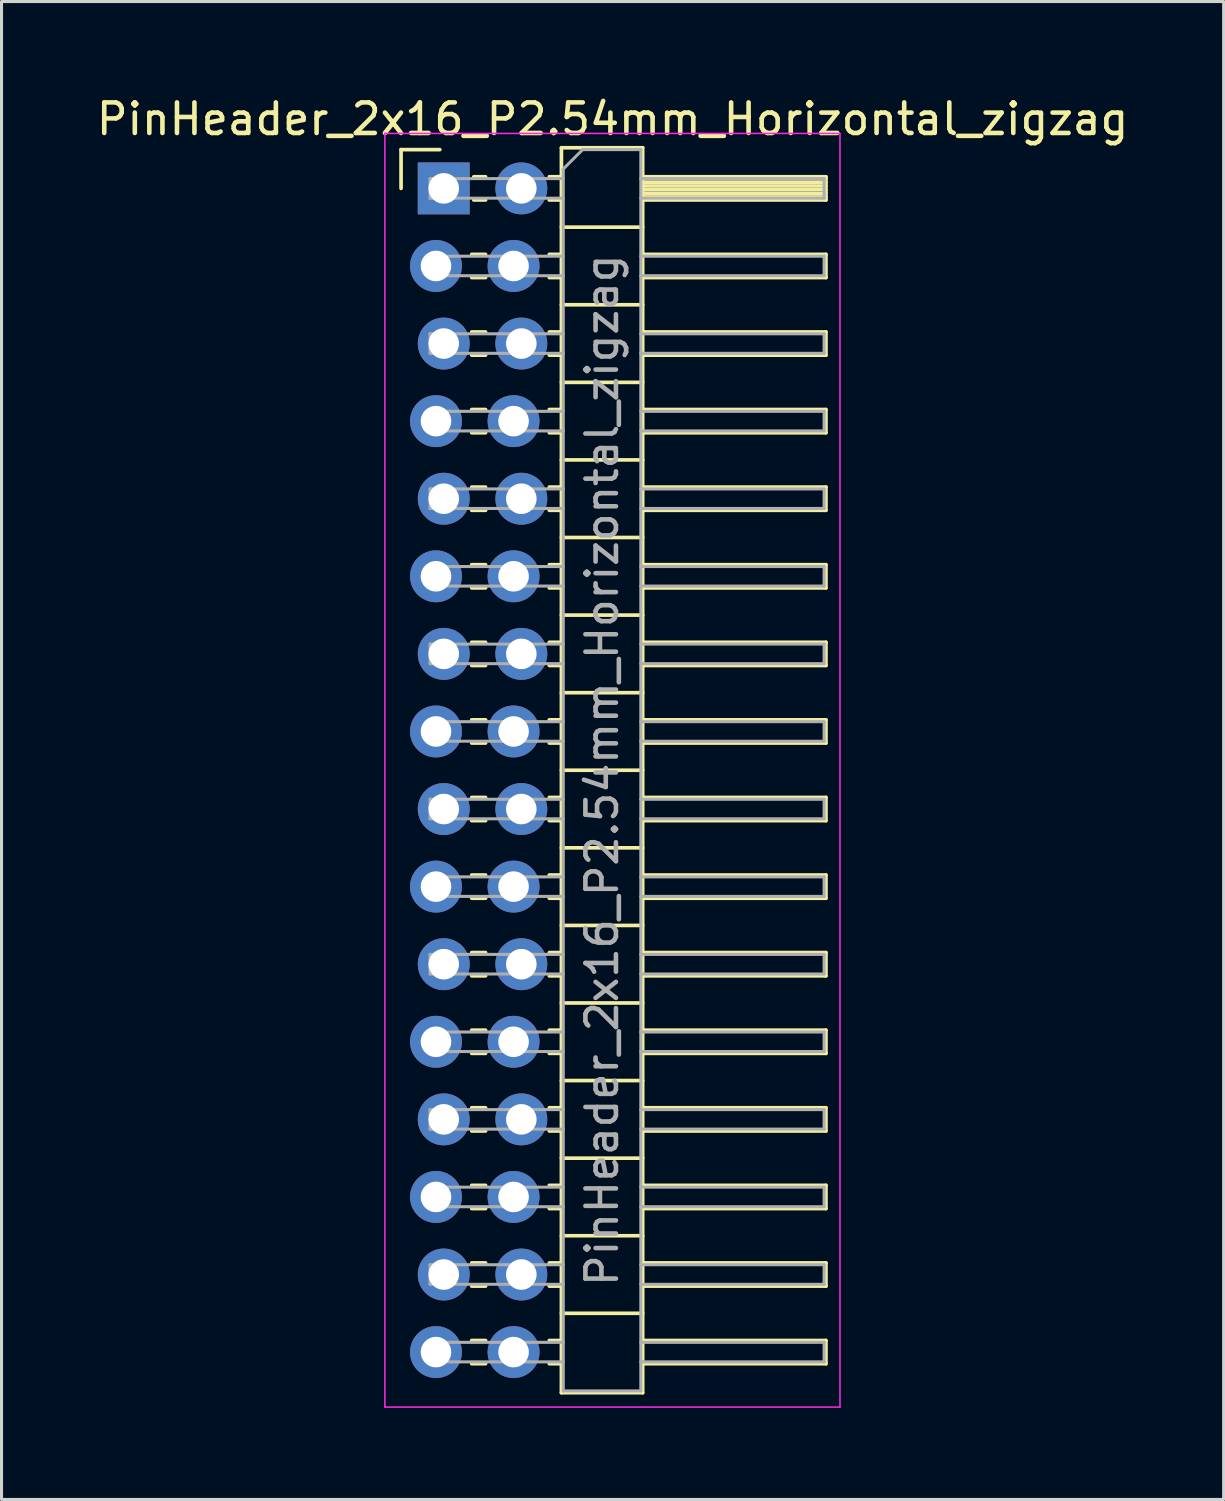
<source format=kicad_pcb>
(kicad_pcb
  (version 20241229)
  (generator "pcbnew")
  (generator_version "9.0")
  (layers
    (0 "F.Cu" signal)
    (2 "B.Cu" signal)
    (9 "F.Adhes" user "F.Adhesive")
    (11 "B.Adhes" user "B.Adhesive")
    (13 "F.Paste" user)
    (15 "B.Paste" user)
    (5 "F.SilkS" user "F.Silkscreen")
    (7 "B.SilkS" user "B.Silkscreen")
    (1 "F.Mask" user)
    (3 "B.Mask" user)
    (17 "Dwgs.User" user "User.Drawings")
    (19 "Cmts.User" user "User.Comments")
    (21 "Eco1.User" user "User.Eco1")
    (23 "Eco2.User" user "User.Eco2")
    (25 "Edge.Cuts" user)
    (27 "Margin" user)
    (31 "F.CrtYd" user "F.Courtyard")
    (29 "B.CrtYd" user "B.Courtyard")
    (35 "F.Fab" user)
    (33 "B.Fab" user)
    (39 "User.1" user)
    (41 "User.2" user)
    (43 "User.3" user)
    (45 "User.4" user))
  (footprint "PinHeader_2x16_P2.54mm_Horizontal_zigzag"
    (layer "F.Cu")
    (at 11.351 3.118)
    (property "Reference" "PinHeader_2x16_P2.54mm_Horizontal_zigzag" (at 5.655 -2.27 0) (layer "F.SilkS") (effects (font (size 1 1) (thickness 0.15))))
    (attr through_hole)
    (fp_line (start -1.27 -1.27) (end 0 -1.27) (stroke (width 0.12) (type solid)) (layer "F.SilkS"))
    (fp_line (start -1.27 0) (end -1.27 -1.27) (stroke (width 0.12) (type solid)) (layer "F.SilkS"))
    (fp_line (start 1.043 2.16) (end 1.497 2.16) (stroke (width 0.12) (type solid)) (layer "F.SilkS"))
    (fp_line (start 1.043 2.92) (end 1.497 2.92) (stroke (width 0.12) (type solid)) (layer "F.SilkS"))
    (fp_line (start 1.043 4.7) (end 1.497 4.7) (stroke (width 0.12) (type solid)) (layer "F.SilkS"))
    (fp_line (start 1.043 5.46) (end 1.497 5.46) (stroke (width 0.12) (type solid)) (layer "F.SilkS"))
    (fp_line (start 1.043 7.24) (end 1.497 7.24) (stroke (width 0.12) (type solid)) (layer "F.SilkS"))
    (fp_line (start 1.043 8) (end 1.497 8) (stroke (width 0.12) (type solid)) (layer "F.SilkS"))
    (fp_line (start 1.043 9.78) (end 1.497 9.78) (stroke (width 0.12) (type solid)) (layer "F.SilkS"))
    (fp_line (start 1.043 10.54) (end 1.497 10.54) (stroke (width 0.12) (type solid)) (layer "F.SilkS"))
    (fp_line (start 1.043 12.32) (end 1.497 12.32) (stroke (width 0.12) (type solid)) (layer "F.SilkS"))
    (fp_line (start 1.043 13.08) (end 1.497 13.08) (stroke (width 0.12) (type solid)) (layer "F.SilkS"))
    (fp_line (start 1.043 14.86) (end 1.497 14.86) (stroke (width 0.12) (type solid)) (layer "F.SilkS"))
    (fp_line (start 1.043 15.62) (end 1.497 15.62) (stroke (width 0.12) (type solid)) (layer "F.SilkS"))
    (fp_line (start 1.043 17.4) (end 1.497 17.4) (stroke (width 0.12) (type solid)) (layer "F.SilkS"))
    (fp_line (start 1.043 18.16) (end 1.497 18.16) (stroke (width 0.12) (type solid)) (layer "F.SilkS"))
    (fp_line (start 1.043 19.94) (end 1.497 19.94) (stroke (width 0.12) (type solid)) (layer "F.SilkS"))
    (fp_line (start 1.043 20.7) (end 1.497 20.7) (stroke (width 0.12) (type solid)) (layer "F.SilkS"))
    (fp_line (start 1.043 22.48) (end 1.497 22.48) (stroke (width 0.12) (type solid)) (layer "F.SilkS"))
    (fp_line (start 1.043 23.24) (end 1.497 23.24) (stroke (width 0.12) (type solid)) (layer "F.SilkS"))
    (fp_line (start 1.043 25.02) (end 1.497 25.02) (stroke (width 0.12) (type solid)) (layer "F.SilkS"))
    (fp_line (start 1.043 25.78) (end 1.497 25.78) (stroke (width 0.12) (type solid)) (layer "F.SilkS"))
    (fp_line (start 1.043 27.56) (end 1.497 27.56) (stroke (width 0.12) (type solid)) (layer "F.SilkS"))
    (fp_line (start 1.043 28.32) (end 1.497 28.32) (stroke (width 0.12) (type solid)) (layer "F.SilkS"))
    (fp_line (start 1.043 30.1) (end 1.497 30.1) (stroke (width 0.12) (type solid)) (layer "F.SilkS"))
    (fp_line (start 1.043 30.86) (end 1.497 30.86) (stroke (width 0.12) (type solid)) (layer "F.SilkS"))
    (fp_line (start 1.043 32.64) (end 1.497 32.64) (stroke (width 0.12) (type solid)) (layer "F.SilkS"))
    (fp_line (start 1.043 33.4) (end 1.497 33.4) (stroke (width 0.12) (type solid)) (layer "F.SilkS"))
    (fp_line (start 1.043 35.18) (end 1.497 35.18) (stroke (width 0.12) (type solid)) (layer "F.SilkS"))
    (fp_line (start 1.043 35.94) (end 1.497 35.94) (stroke (width 0.12) (type solid)) (layer "F.SilkS"))
    (fp_line (start 1.043 37.72) (end 1.497 37.72) (stroke (width 0.12) (type solid)) (layer "F.SilkS"))
    (fp_line (start 1.043 38.48) (end 1.497 38.48) (stroke (width 0.12) (type solid)) (layer "F.SilkS"))
    (fp_line (start 1.11 -0.38) (end 1.497 -0.38) (stroke (width 0.12) (type solid)) (layer "F.SilkS"))
    (fp_line (start 1.11 0.38) (end 1.497 0.38) (stroke (width 0.12) (type solid)) (layer "F.SilkS"))
    (fp_line (start 3.583 -0.38) (end 3.98 -0.38) (stroke (width 0.12) (type solid)) (layer "F.SilkS"))
    (fp_line (start 3.583 0.38) (end 3.98 0.38) (stroke (width 0.12) (type solid)) (layer "F.SilkS"))
    (fp_line (start 3.583 2.16) (end 3.98 2.16) (stroke (width 0.12) (type solid)) (layer "F.SilkS"))
    (fp_line (start 3.583 2.92) (end 3.98 2.92) (stroke (width 0.12) (type solid)) (layer "F.SilkS"))
    (fp_line (start 3.583 4.7) (end 3.98 4.7) (stroke (width 0.12) (type solid)) (layer "F.SilkS"))
    (fp_line (start 3.583 5.46) (end 3.98 5.46) (stroke (width 0.12) (type solid)) (layer "F.SilkS"))
    (fp_line (start 3.583 7.24) (end 3.98 7.24) (stroke (width 0.12) (type solid)) (layer "F.SilkS"))
    (fp_line (start 3.583 8) (end 3.98 8) (stroke (width 0.12) (type solid)) (layer "F.SilkS"))
    (fp_line (start 3.583 9.78) (end 3.98 9.78) (stroke (width 0.12) (type solid)) (layer "F.SilkS"))
    (fp_line (start 3.583 10.54) (end 3.98 10.54) (stroke (width 0.12) (type solid)) (layer "F.SilkS"))
    (fp_line (start 3.583 12.32) (end 3.98 12.32) (stroke (width 0.12) (type solid)) (layer "F.SilkS"))
    (fp_line (start 3.583 13.08) (end 3.98 13.08) (stroke (width 0.12) (type solid)) (layer "F.SilkS"))
    (fp_line (start 3.583 14.86) (end 3.98 14.86) (stroke (width 0.12) (type solid)) (layer "F.SilkS"))
    (fp_line (start 3.583 15.62) (end 3.98 15.62) (stroke (width 0.12) (type solid)) (layer "F.SilkS"))
    (fp_line (start 3.583 17.4) (end 3.98 17.4) (stroke (width 0.12) (type solid)) (layer "F.SilkS"))
    (fp_line (start 3.583 18.16) (end 3.98 18.16) (stroke (width 0.12) (type solid)) (layer "F.SilkS"))
    (fp_line (start 3.583 19.94) (end 3.98 19.94) (stroke (width 0.12) (type solid)) (layer "F.SilkS"))
    (fp_line (start 3.583 20.7) (end 3.98 20.7) (stroke (width 0.12) (type solid)) (layer "F.SilkS"))
    (fp_line (start 3.583 22.48) (end 3.98 22.48) (stroke (width 0.12) (type solid)) (layer "F.SilkS"))
    (fp_line (start 3.583 23.24) (end 3.98 23.24) (stroke (width 0.12) (type solid)) (layer "F.SilkS"))
    (fp_line (start 3.583 25.02) (end 3.98 25.02) (stroke (width 0.12) (type solid)) (layer "F.SilkS"))
    (fp_line (start 3.583 25.78) (end 3.98 25.78) (stroke (width 0.12) (type solid)) (layer "F.SilkS"))
    (fp_line (start 3.583 27.56) (end 3.98 27.56) (stroke (width 0.12) (type solid)) (layer "F.SilkS"))
    (fp_line (start 3.583 28.32) (end 3.98 28.32) (stroke (width 0.12) (type solid)) (layer "F.SilkS"))
    (fp_line (start 3.583 30.1) (end 3.98 30.1) (stroke (width 0.12) (type solid)) (layer "F.SilkS"))
    (fp_line (start 3.583 30.86) (end 3.98 30.86) (stroke (width 0.12) (type solid)) (layer "F.SilkS"))
    (fp_line (start 3.583 32.64) (end 3.98 32.64) (stroke (width 0.12) (type solid)) (layer "F.SilkS"))
    (fp_line (start 3.583 33.4) (end 3.98 33.4) (stroke (width 0.12) (type solid)) (layer "F.SilkS"))
    (fp_line (start 3.583 35.18) (end 3.98 35.18) (stroke (width 0.12) (type solid)) (layer "F.SilkS"))
    (fp_line (start 3.583 35.94) (end 3.98 35.94) (stroke (width 0.12) (type solid)) (layer "F.SilkS"))
    (fp_line (start 3.583 37.72) (end 3.98 37.72) (stroke (width 0.12) (type solid)) (layer "F.SilkS"))
    (fp_line (start 3.583 38.48) (end 3.98 38.48) (stroke (width 0.12) (type solid)) (layer "F.SilkS"))
    (fp_line (start 3.98 -1.33) (end 3.98 39.43) (stroke (width 0.12) (type solid)) (layer "F.SilkS"))
    (fp_line (start 3.98 1.27) (end 6.64 1.27) (stroke (width 0.12) (type solid)) (layer "F.SilkS"))
    (fp_line (start 3.98 3.81) (end 6.64 3.81) (stroke (width 0.12) (type solid)) (layer "F.SilkS"))
    (fp_line (start 3.98 6.35) (end 6.64 6.35) (stroke (width 0.12) (type solid)) (layer "F.SilkS"))
    (fp_line (start 3.98 8.89) (end 6.64 8.89) (stroke (width 0.12) (type solid)) (layer "F.SilkS"))
    (fp_line (start 3.98 11.43) (end 6.64 11.43) (stroke (width 0.12) (type solid)) (layer "F.SilkS"))
    (fp_line (start 3.98 13.97) (end 6.64 13.97) (stroke (width 0.12) (type solid)) (layer "F.SilkS"))
    (fp_line (start 3.98 16.51) (end 6.64 16.51) (stroke (width 0.12) (type solid)) (layer "F.SilkS"))
    (fp_line (start 3.98 19.05) (end 6.64 19.05) (stroke (width 0.12) (type solid)) (layer "F.SilkS"))
    (fp_line (start 3.98 21.59) (end 6.64 21.59) (stroke (width 0.12) (type solid)) (layer "F.SilkS"))
    (fp_line (start 3.98 24.13) (end 6.64 24.13) (stroke (width 0.12) (type solid)) (layer "F.SilkS"))
    (fp_line (start 3.98 26.67) (end 6.64 26.67) (stroke (width 0.12) (type solid)) (layer "F.SilkS"))
    (fp_line (start 3.98 29.21) (end 6.64 29.21) (stroke (width 0.12) (type solid)) (layer "F.SilkS"))
    (fp_line (start 3.98 31.75) (end 6.64 31.75) (stroke (width 0.12) (type solid)) (layer "F.SilkS"))
    (fp_line (start 3.98 34.29) (end 6.64 34.29) (stroke (width 0.12) (type solid)) (layer "F.SilkS"))
    (fp_line (start 3.98 36.83) (end 6.64 36.83) (stroke (width 0.12) (type solid)) (layer "F.SilkS"))
    (fp_line (start 3.98 39.43) (end 6.64 39.43) (stroke (width 0.12) (type solid)) (layer "F.SilkS"))
    (fp_line (start 6.64 -1.33) (end 3.98 -1.33) (stroke (width 0.12) (type solid)) (layer "F.SilkS"))
    (fp_line (start 6.64 -0.38) (end 12.64 -0.38) (stroke (width 0.12) (type solid)) (layer "F.SilkS"))
    (fp_line (start 6.64 -0.32) (end 12.64 -0.32) (stroke (width 0.12) (type solid)) (layer "F.SilkS"))
    (fp_line (start 6.64 -0.2) (end 12.64 -0.2) (stroke (width 0.12) (type solid)) (layer "F.SilkS"))
    (fp_line (start 6.64 -0.08) (end 12.64 -0.08) (stroke (width 0.12) (type solid)) (layer "F.SilkS"))
    (fp_line (start 6.64 0.04) (end 12.64 0.04) (stroke (width 0.12) (type solid)) (layer "F.SilkS"))
    (fp_line (start 6.64 0.16) (end 12.64 0.16) (stroke (width 0.12) (type solid)) (layer "F.SilkS"))
    (fp_line (start 6.64 0.28) (end 12.64 0.28) (stroke (width 0.12) (type solid)) (layer "F.SilkS"))
    (fp_line (start 6.64 2.16) (end 12.64 2.16) (stroke (width 0.12) (type solid)) (layer "F.SilkS"))
    (fp_line (start 6.64 4.7) (end 12.64 4.7) (stroke (width 0.12) (type solid)) (layer "F.SilkS"))
    (fp_line (start 6.64 7.24) (end 12.64 7.24) (stroke (width 0.12) (type solid)) (layer "F.SilkS"))
    (fp_line (start 6.64 9.78) (end 12.64 9.78) (stroke (width 0.12) (type solid)) (layer "F.SilkS"))
    (fp_line (start 6.64 12.32) (end 12.64 12.32) (stroke (width 0.12) (type solid)) (layer "F.SilkS"))
    (fp_line (start 6.64 14.86) (end 12.64 14.86) (stroke (width 0.12) (type solid)) (layer "F.SilkS"))
    (fp_line (start 6.64 17.4) (end 12.64 17.4) (stroke (width 0.12) (type solid)) (layer "F.SilkS"))
    (fp_line (start 6.64 19.94) (end 12.64 19.94) (stroke (width 0.12) (type solid)) (layer "F.SilkS"))
    (fp_line (start 6.64 22.48) (end 12.64 22.48) (stroke (width 0.12) (type solid)) (layer "F.SilkS"))
    (fp_line (start 6.64 25.02) (end 12.64 25.02) (stroke (width 0.12) (type solid)) (layer "F.SilkS"))
    (fp_line (start 6.64 27.56) (end 12.64 27.56) (stroke (width 0.12) (type solid)) (layer "F.SilkS"))
    (fp_line (start 6.64 30.1) (end 12.64 30.1) (stroke (width 0.12) (type solid)) (layer "F.SilkS"))
    (fp_line (start 6.64 32.64) (end 12.64 32.64) (stroke (width 0.12) (type solid)) (layer "F.SilkS"))
    (fp_line (start 6.64 35.18) (end 12.64 35.18) (stroke (width 0.12) (type solid)) (layer "F.SilkS"))
    (fp_line (start 6.64 37.72) (end 12.64 37.72) (stroke (width 0.12) (type solid)) (layer "F.SilkS"))
    (fp_line (start 6.64 39.43) (end 6.64 -1.33) (stroke (width 0.12) (type solid)) (layer "F.SilkS"))
    (fp_line (start 12.64 -0.38) (end 12.64 0.38) (stroke (width 0.12) (type solid)) (layer "F.SilkS"))
    (fp_line (start 12.64 0.38) (end 6.64 0.38) (stroke (width 0.12) (type solid)) (layer "F.SilkS"))
    (fp_line (start 12.64 2.16) (end 12.64 2.92) (stroke (width 0.12) (type solid)) (layer "F.SilkS"))
    (fp_line (start 12.64 2.92) (end 6.64 2.92) (stroke (width 0.12) (type solid)) (layer "F.SilkS"))
    (fp_line (start 12.64 4.7) (end 12.64 5.46) (stroke (width 0.12) (type solid)) (layer "F.SilkS"))
    (fp_line (start 12.64 5.46) (end 6.64 5.46) (stroke (width 0.12) (type solid)) (layer "F.SilkS"))
    (fp_line (start 12.64 7.24) (end 12.64 8) (stroke (width 0.12) (type solid)) (layer "F.SilkS"))
    (fp_line (start 12.64 8) (end 6.64 8) (stroke (width 0.12) (type solid)) (layer "F.SilkS"))
    (fp_line (start 12.64 9.78) (end 12.64 10.54) (stroke (width 0.12) (type solid)) (layer "F.SilkS"))
    (fp_line (start 12.64 10.54) (end 6.64 10.54) (stroke (width 0.12) (type solid)) (layer "F.SilkS"))
    (fp_line (start 12.64 12.32) (end 12.64 13.08) (stroke (width 0.12) (type solid)) (layer "F.SilkS"))
    (fp_line (start 12.64 13.08) (end 6.64 13.08) (stroke (width 0.12) (type solid)) (layer "F.SilkS"))
    (fp_line (start 12.64 14.86) (end 12.64 15.62) (stroke (width 0.12) (type solid)) (layer "F.SilkS"))
    (fp_line (start 12.64 15.62) (end 6.64 15.62) (stroke (width 0.12) (type solid)) (layer "F.SilkS"))
    (fp_line (start 12.64 17.4) (end 12.64 18.16) (stroke (width 0.12) (type solid)) (layer "F.SilkS"))
    (fp_line (start 12.64 18.16) (end 6.64 18.16) (stroke (width 0.12) (type solid)) (layer "F.SilkS"))
    (fp_line (start 12.64 19.94) (end 12.64 20.7) (stroke (width 0.12) (type solid)) (layer "F.SilkS"))
    (fp_line (start 12.64 20.7) (end 6.64 20.7) (stroke (width 0.12) (type solid)) (layer "F.SilkS"))
    (fp_line (start 12.64 22.48) (end 12.64 23.24) (stroke (width 0.12) (type solid)) (layer "F.SilkS"))
    (fp_line (start 12.64 23.24) (end 6.64 23.24) (stroke (width 0.12) (type solid)) (layer "F.SilkS"))
    (fp_line (start 12.64 25.02) (end 12.64 25.78) (stroke (width 0.12) (type solid)) (layer "F.SilkS"))
    (fp_line (start 12.64 25.78) (end 6.64 25.78) (stroke (width 0.12) (type solid)) (layer "F.SilkS"))
    (fp_line (start 12.64 27.56) (end 12.64 28.32) (stroke (width 0.12) (type solid)) (layer "F.SilkS"))
    (fp_line (start 12.64 28.32) (end 6.64 28.32) (stroke (width 0.12) (type solid)) (layer "F.SilkS"))
    (fp_line (start 12.64 30.1) (end 12.64 30.86) (stroke (width 0.12) (type solid)) (layer "F.SilkS"))
    (fp_line (start 12.64 30.86) (end 6.64 30.86) (stroke (width 0.12) (type solid)) (layer "F.SilkS"))
    (fp_line (start 12.64 32.64) (end 12.64 33.4) (stroke (width 0.12) (type solid)) (layer "F.SilkS"))
    (fp_line (start 12.64 33.4) (end 6.64 33.4) (stroke (width 0.12) (type solid)) (layer "F.SilkS"))
    (fp_line (start 12.64 35.18) (end 12.64 35.94) (stroke (width 0.12) (type solid)) (layer "F.SilkS"))
    (fp_line (start 12.64 35.94) (end 6.64 35.94) (stroke (width 0.12) (type solid)) (layer "F.SilkS"))
    (fp_line (start 12.64 37.72) (end 12.64 38.48) (stroke (width 0.12) (type solid)) (layer "F.SilkS"))
    (fp_line (start 12.64 38.48) (end 6.64 38.48) (stroke (width 0.12) (type solid)) (layer "F.SilkS"))
    (fp_line (start -1.8 -1.8) (end -1.8 39.9) (stroke (width 0.05) (type solid)) (layer "F.CrtYd"))
    (fp_line (start -1.8 39.9) (end 13.1 39.9) (stroke (width 0.05) (type solid)) (layer "F.CrtYd"))
    (fp_line (start 13.1 -1.8) (end -1.8 -1.8) (stroke (width 0.05) (type solid)) (layer "F.CrtYd"))
    (fp_line (start 13.1 39.9) (end 13.1 -1.8) (stroke (width 0.05) (type solid)) (layer "F.CrtYd"))
    (fp_line (start -0.32 -0.32) (end -0.32 0.32) (stroke (width 0.1) (type solid)) (layer "F.Fab"))
    (fp_line (start -0.32 -0.32) (end 4.04 -0.32) (stroke (width 0.1) (type solid)) (layer "F.Fab"))
    (fp_line (start -0.32 0.32) (end 4.04 0.32) (stroke (width 0.1) (type solid)) (layer "F.Fab"))
    (fp_line (start -0.32 2.22) (end -0.32 2.86) (stroke (width 0.1) (type solid)) (layer "F.Fab"))
    (fp_line (start -0.32 2.22) (end 4.04 2.22) (stroke (width 0.1) (type solid)) (layer "F.Fab"))
    (fp_line (start -0.32 2.86) (end 4.04 2.86) (stroke (width 0.1) (type solid)) (layer "F.Fab"))
    (fp_line (start -0.32 4.76) (end -0.32 5.4) (stroke (width 0.1) (type solid)) (layer "F.Fab"))
    (fp_line (start -0.32 4.76) (end 4.04 4.76) (stroke (width 0.1) (type solid)) (layer "F.Fab"))
    (fp_line (start -0.32 5.4) (end 4.04 5.4) (stroke (width 0.1) (type solid)) (layer "F.Fab"))
    (fp_line (start -0.32 7.3) (end -0.32 7.94) (stroke (width 0.1) (type solid)) (layer "F.Fab"))
    (fp_line (start -0.32 7.3) (end 4.04 7.3) (stroke (width 0.1) (type solid)) (layer "F.Fab"))
    (fp_line (start -0.32 7.94) (end 4.04 7.94) (stroke (width 0.1) (type solid)) (layer "F.Fab"))
    (fp_line (start -0.32 9.84) (end -0.32 10.48) (stroke (width 0.1) (type solid)) (layer "F.Fab"))
    (fp_line (start -0.32 9.84) (end 4.04 9.84) (stroke (width 0.1) (type solid)) (layer "F.Fab"))
    (fp_line (start -0.32 10.48) (end 4.04 10.48) (stroke (width 0.1) (type solid)) (layer "F.Fab"))
    (fp_line (start -0.32 12.38) (end -0.32 13.02) (stroke (width 0.1) (type solid)) (layer "F.Fab"))
    (fp_line (start -0.32 12.38) (end 4.04 12.38) (stroke (width 0.1) (type solid)) (layer "F.Fab"))
    (fp_line (start -0.32 13.02) (end 4.04 13.02) (stroke (width 0.1) (type solid)) (layer "F.Fab"))
    (fp_line (start -0.32 14.92) (end -0.32 15.56) (stroke (width 0.1) (type solid)) (layer "F.Fab"))
    (fp_line (start -0.32 14.92) (end 4.04 14.92) (stroke (width 0.1) (type solid)) (layer "F.Fab"))
    (fp_line (start -0.32 15.56) (end 4.04 15.56) (stroke (width 0.1) (type solid)) (layer "F.Fab"))
    (fp_line (start -0.32 17.46) (end -0.32 18.1) (stroke (width 0.1) (type solid)) (layer "F.Fab"))
    (fp_line (start -0.32 17.46) (end 4.04 17.46) (stroke (width 0.1) (type solid)) (layer "F.Fab"))
    (fp_line (start -0.32 18.1) (end 4.04 18.1) (stroke (width 0.1) (type solid)) (layer "F.Fab"))
    (fp_line (start -0.32 20) (end -0.32 20.64) (stroke (width 0.1) (type solid)) (layer "F.Fab"))
    (fp_line (start -0.32 20) (end 4.04 20) (stroke (width 0.1) (type solid)) (layer "F.Fab"))
    (fp_line (start -0.32 20.64) (end 4.04 20.64) (stroke (width 0.1) (type solid)) (layer "F.Fab"))
    (fp_line (start -0.32 22.54) (end -0.32 23.18) (stroke (width 0.1) (type solid)) (layer "F.Fab"))
    (fp_line (start -0.32 22.54) (end 4.04 22.54) (stroke (width 0.1) (type solid)) (layer "F.Fab"))
    (fp_line (start -0.32 23.18) (end 4.04 23.18) (stroke (width 0.1) (type solid)) (layer "F.Fab"))
    (fp_line (start -0.32 25.08) (end -0.32 25.72) (stroke (width 0.1) (type solid)) (layer "F.Fab"))
    (fp_line (start -0.32 25.08) (end 4.04 25.08) (stroke (width 0.1) (type solid)) (layer "F.Fab"))
    (fp_line (start -0.32 25.72) (end 4.04 25.72) (stroke (width 0.1) (type solid)) (layer "F.Fab"))
    (fp_line (start -0.32 27.62) (end -0.32 28.26) (stroke (width 0.1) (type solid)) (layer "F.Fab"))
    (fp_line (start -0.32 27.62) (end 4.04 27.62) (stroke (width 0.1) (type solid)) (layer "F.Fab"))
    (fp_line (start -0.32 28.26) (end 4.04 28.26) (stroke (width 0.1) (type solid)) (layer "F.Fab"))
    (fp_line (start -0.32 30.16) (end -0.32 30.8) (stroke (width 0.1) (type solid)) (layer "F.Fab"))
    (fp_line (start -0.32 30.16) (end 4.04 30.16) (stroke (width 0.1) (type solid)) (layer "F.Fab"))
    (fp_line (start -0.32 30.8) (end 4.04 30.8) (stroke (width 0.1) (type solid)) (layer "F.Fab"))
    (fp_line (start -0.32 32.7) (end -0.32 33.34) (stroke (width 0.1) (type solid)) (layer "F.Fab"))
    (fp_line (start -0.32 32.7) (end 4.04 32.7) (stroke (width 0.1) (type solid)) (layer "F.Fab"))
    (fp_line (start -0.32 33.34) (end 4.04 33.34) (stroke (width 0.1) (type solid)) (layer "F.Fab"))
    (fp_line (start -0.32 35.24) (end -0.32 35.88) (stroke (width 0.1) (type solid)) (layer "F.Fab"))
    (fp_line (start -0.32 35.24) (end 4.04 35.24) (stroke (width 0.1) (type solid)) (layer "F.Fab"))
    (fp_line (start -0.32 35.88) (end 4.04 35.88) (stroke (width 0.1) (type solid)) (layer "F.Fab"))
    (fp_line (start -0.32 37.78) (end -0.32 38.42) (stroke (width 0.1) (type solid)) (layer "F.Fab"))
    (fp_line (start -0.32 37.78) (end 4.04 37.78) (stroke (width 0.1) (type solid)) (layer "F.Fab"))
    (fp_line (start -0.32 38.42) (end 4.04 38.42) (stroke (width 0.1) (type solid)) (layer "F.Fab"))
    (fp_line (start 4.04 -0.635) (end 4.675 -1.27) (stroke (width 0.1) (type solid)) (layer "F.Fab"))
    (fp_line (start 4.04 39.37) (end 4.04 -0.635) (stroke (width 0.1) (type solid)) (layer "F.Fab"))
    (fp_line (start 4.675 -1.27) (end 6.58 -1.27) (stroke (width 0.1) (type solid)) (layer "F.Fab"))
    (fp_line (start 6.58 -1.27) (end 6.58 39.37) (stroke (width 0.1) (type solid)) (layer "F.Fab"))
    (fp_line (start 6.58 -0.32) (end 12.58 -0.32) (stroke (width 0.1) (type solid)) (layer "F.Fab"))
    (fp_line (start 6.58 0.32) (end 12.58 0.32) (stroke (width 0.1) (type solid)) (layer "F.Fab"))
    (fp_line (start 6.58 2.22) (end 12.58 2.22) (stroke (width 0.1) (type solid)) (layer "F.Fab"))
    (fp_line (start 6.58 2.86) (end 12.58 2.86) (stroke (width 0.1) (type solid)) (layer "F.Fab"))
    (fp_line (start 6.58 4.76) (end 12.58 4.76) (stroke (width 0.1) (type solid)) (layer "F.Fab"))
    (fp_line (start 6.58 5.4) (end 12.58 5.4) (stroke (width 0.1) (type solid)) (layer "F.Fab"))
    (fp_line (start 6.58 7.3) (end 12.58 7.3) (stroke (width 0.1) (type solid)) (layer "F.Fab"))
    (fp_line (start 6.58 7.94) (end 12.58 7.94) (stroke (width 0.1) (type solid)) (layer "F.Fab"))
    (fp_line (start 6.58 9.84) (end 12.58 9.84) (stroke (width 0.1) (type solid)) (layer "F.Fab"))
    (fp_line (start 6.58 10.48) (end 12.58 10.48) (stroke (width 0.1) (type solid)) (layer "F.Fab"))
    (fp_line (start 6.58 12.38) (end 12.58 12.38) (stroke (width 0.1) (type solid)) (layer "F.Fab"))
    (fp_line (start 6.58 13.02) (end 12.58 13.02) (stroke (width 0.1) (type solid)) (layer "F.Fab"))
    (fp_line (start 6.58 14.92) (end 12.58 14.92) (stroke (width 0.1) (type solid)) (layer "F.Fab"))
    (fp_line (start 6.58 15.56) (end 12.58 15.56) (stroke (width 0.1) (type solid)) (layer "F.Fab"))
    (fp_line (start 6.58 17.46) (end 12.58 17.46) (stroke (width 0.1) (type solid)) (layer "F.Fab"))
    (fp_line (start 6.58 18.1) (end 12.58 18.1) (stroke (width 0.1) (type solid)) (layer "F.Fab"))
    (fp_line (start 6.58 20) (end 12.58 20) (stroke (width 0.1) (type solid)) (layer "F.Fab"))
    (fp_line (start 6.58 20.64) (end 12.58 20.64) (stroke (width 0.1) (type solid)) (layer "F.Fab"))
    (fp_line (start 6.58 22.54) (end 12.58 22.54) (stroke (width 0.1) (type solid)) (layer "F.Fab"))
    (fp_line (start 6.58 23.18) (end 12.58 23.18) (stroke (width 0.1) (type solid)) (layer "F.Fab"))
    (fp_line (start 6.58 25.08) (end 12.58 25.08) (stroke (width 0.1) (type solid)) (layer "F.Fab"))
    (fp_line (start 6.58 25.72) (end 12.58 25.72) (stroke (width 0.1) (type solid)) (layer "F.Fab"))
    (fp_line (start 6.58 27.62) (end 12.58 27.62) (stroke (width 0.1) (type solid)) (layer "F.Fab"))
    (fp_line (start 6.58 28.26) (end 12.58 28.26) (stroke (width 0.1) (type solid)) (layer "F.Fab"))
    (fp_line (start 6.58 30.16) (end 12.58 30.16) (stroke (width 0.1) (type solid)) (layer "F.Fab"))
    (fp_line (start 6.58 30.8) (end 12.58 30.8) (stroke (width 0.1) (type solid)) (layer "F.Fab"))
    (fp_line (start 6.58 32.7) (end 12.58 32.7) (stroke (width 0.1) (type solid)) (layer "F.Fab"))
    (fp_line (start 6.58 33.34) (end 12.58 33.34) (stroke (width 0.1) (type solid)) (layer "F.Fab"))
    (fp_line (start 6.58 35.24) (end 12.58 35.24) (stroke (width 0.1) (type solid)) (layer "F.Fab"))
    (fp_line (start 6.58 35.88) (end 12.58 35.88) (stroke (width 0.1) (type solid)) (layer "F.Fab"))
    (fp_line (start 6.58 37.78) (end 12.58 37.78) (stroke (width 0.1) (type solid)) (layer "F.Fab"))
    (fp_line (start 6.58 38.42) (end 12.58 38.42) (stroke (width 0.1) (type solid)) (layer "F.Fab"))
    (fp_line (start 6.58 39.37) (end 4.04 39.37) (stroke (width 0.1) (type solid)) (layer "F.Fab"))
    (fp_line (start 12.58 -0.32) (end 12.58 0.32) (stroke (width 0.1) (type solid)) (layer "F.Fab"))
    (fp_line (start 12.58 2.22) (end 12.58 2.86) (stroke (width 0.1) (type solid)) (layer "F.Fab"))
    (fp_line (start 12.58 4.76) (end 12.58 5.4) (stroke (width 0.1) (type solid)) (layer "F.Fab"))
    (fp_line (start 12.58 7.3) (end 12.58 7.94) (stroke (width 0.1) (type solid)) (layer "F.Fab"))
    (fp_line (start 12.58 9.84) (end 12.58 10.48) (stroke (width 0.1) (type solid)) (layer "F.Fab"))
    (fp_line (start 12.58 12.38) (end 12.58 13.02) (stroke (width 0.1) (type solid)) (layer "F.Fab"))
    (fp_line (start 12.58 14.92) (end 12.58 15.56) (stroke (width 0.1) (type solid)) (layer "F.Fab"))
    (fp_line (start 12.58 17.46) (end 12.58 18.1) (stroke (width 0.1) (type solid)) (layer "F.Fab"))
    (fp_line (start 12.58 20) (end 12.58 20.64) (stroke (width 0.1) (type solid)) (layer "F.Fab"))
    (fp_line (start 12.58 22.54) (end 12.58 23.18) (stroke (width 0.1) (type solid)) (layer "F.Fab"))
    (fp_line (start 12.58 25.08) (end 12.58 25.72) (stroke (width 0.1) (type solid)) (layer "F.Fab"))
    (fp_line (start 12.58 27.62) (end 12.58 28.26) (stroke (width 0.1) (type solid)) (layer "F.Fab"))
    (fp_line (start 12.58 30.16) (end 12.58 30.8) (stroke (width 0.1) (type solid)) (layer "F.Fab"))
    (fp_line (start 12.58 32.7) (end 12.58 33.34) (stroke (width 0.1) (type solid)) (layer "F.Fab"))
    (fp_line (start 12.58 35.24) (end 12.58 35.88) (stroke (width 0.1) (type solid)) (layer "F.Fab"))
    (fp_line (start 12.58 37.78) (end 12.58 38.42) (stroke (width 0.1) (type solid)) (layer "F.Fab"))
    (fp_text user "${REFERENCE}" (at 5.31 19.05 90) (layer "F.Fab") (effects (font (size 1 1) (thickness 0.15))))
    (pad "1" thru_hole rect (at 0.127 0) (size 1.7 1.7) (drill 1) (layers "*.Cu" "*.Mask"))
    (pad "2" thru_hole oval (at 2.667 0) (size 1.7 1.7) (drill 1) (layers "*.Cu" "*.Mask"))
    (pad "3" thru_hole oval (at -0.127 2.54) (size 1.7 1.7) (drill 1) (layers "*.Cu" "*.Mask"))
    (pad "4" thru_hole oval (at 2.413 2.54) (size 1.7 1.7) (drill 1) (layers "*.Cu" "*.Mask"))
    (pad "5" thru_hole oval (at 0.127 5.08) (size 1.7 1.7) (drill 1) (layers "*.Cu" "*.Mask"))
    (pad "6" thru_hole oval (at 2.667 5.08) (size 1.7 1.7) (drill 1) (layers "*.Cu" "*.Mask"))
    (pad "7" thru_hole oval (at -0.127 7.62) (size 1.7 1.7) (drill 1) (layers "*.Cu" "*.Mask"))
    (pad "8" thru_hole oval (at 2.413 7.62) (size 1.7 1.7) (drill 1) (layers "*.Cu" "*.Mask"))
    (pad "9" thru_hole oval (at 0.127 10.16) (size 1.7 1.7) (drill 1) (layers "*.Cu" "*.Mask"))
    (pad "10" thru_hole oval (at 2.667 10.16) (size 1.7 1.7) (drill 1) (layers "*.Cu" "*.Mask"))
    (pad "11" thru_hole oval (at -0.127 12.7) (size 1.7 1.7) (drill 1) (layers "*.Cu" "*.Mask"))
    (pad "12" thru_hole oval (at 2.413 12.7) (size 1.7 1.7) (drill 1) (layers "*.Cu" "*.Mask"))
    (pad "13" thru_hole oval (at 0.127 15.24) (size 1.7 1.7) (drill 1) (layers "*.Cu" "*.Mask"))
    (pad "14" thru_hole oval (at 2.667 15.24) (size 1.7 1.7) (drill 1) (layers "*.Cu" "*.Mask"))
    (pad "15" thru_hole oval (at -0.127 17.78) (size 1.7 1.7) (drill 1) (layers "*.Cu" "*.Mask"))
    (pad "16" thru_hole oval (at 2.413 17.78) (size 1.7 1.7) (drill 1) (layers "*.Cu" "*.Mask"))
    (pad "17" thru_hole oval (at 0.127 20.32) (size 1.7 1.7) (drill 1) (layers "*.Cu" "*.Mask"))
    (pad "18" thru_hole oval (at 2.667 20.32) (size 1.7 1.7) (drill 1) (layers "*.Cu" "*.Mask"))
    (pad "19" thru_hole oval (at -0.127 22.86) (size 1.7 1.7) (drill 1) (layers "*.Cu" "*.Mask"))
    (pad "20" thru_hole oval (at 2.413 22.86) (size 1.7 1.7) (drill 1) (layers "*.Cu" "*.Mask"))
    (pad "21" thru_hole oval (at 0.127 25.4) (size 1.7 1.7) (drill 1) (layers "*.Cu" "*.Mask"))
    (pad "22" thru_hole oval (at 2.667 25.4) (size 1.7 1.7) (drill 1) (layers "*.Cu" "*.Mask"))
    (pad "23" thru_hole oval (at -0.127 27.94) (size 1.7 1.7) (drill 1) (layers "*.Cu" "*.Mask"))
    (pad "24" thru_hole oval (at 2.413 27.94) (size 1.7 1.7) (drill 1) (layers "*.Cu" "*.Mask"))
    (pad "25" thru_hole oval (at 0.127 30.48) (size 1.7 1.7) (drill 1) (layers "*.Cu" "*.Mask"))
    (pad "26" thru_hole oval (at 2.667 30.48) (size 1.7 1.7) (drill 1) (layers "*.Cu" "*.Mask"))
    (pad "27" thru_hole oval (at -0.127 33.02) (size 1.7 1.7) (drill 1) (layers "*.Cu" "*.Mask"))
    (pad "28" thru_hole oval (at 2.413 33.02) (size 1.7 1.7) (drill 1) (layers "*.Cu" "*.Mask"))
    (pad "29" thru_hole oval (at 0.127 35.56) (size 1.7 1.7) (drill 1) (layers "*.Cu" "*.Mask"))
    (pad "30" thru_hole oval (at 2.667 35.56) (size 1.7 1.7) (drill 1) (layers "*.Cu" "*.Mask"))
    (pad "31" thru_hole oval (at -0.127 38.1) (size 1.7 1.7) (drill 1) (layers "*.Cu" "*.Mask"))
    (pad "32" thru_hole oval (at 2.413 38.1) (size 1.7 1.7) (drill 1) (layers "*.Cu" "*.Mask")))
  (gr_rect
    (start -3 -3)
    (end 37.012 46.043)
    (stroke (width 0.1) (type default))
    (fill no)
    (layer "Edge.Cuts")))
</source>
